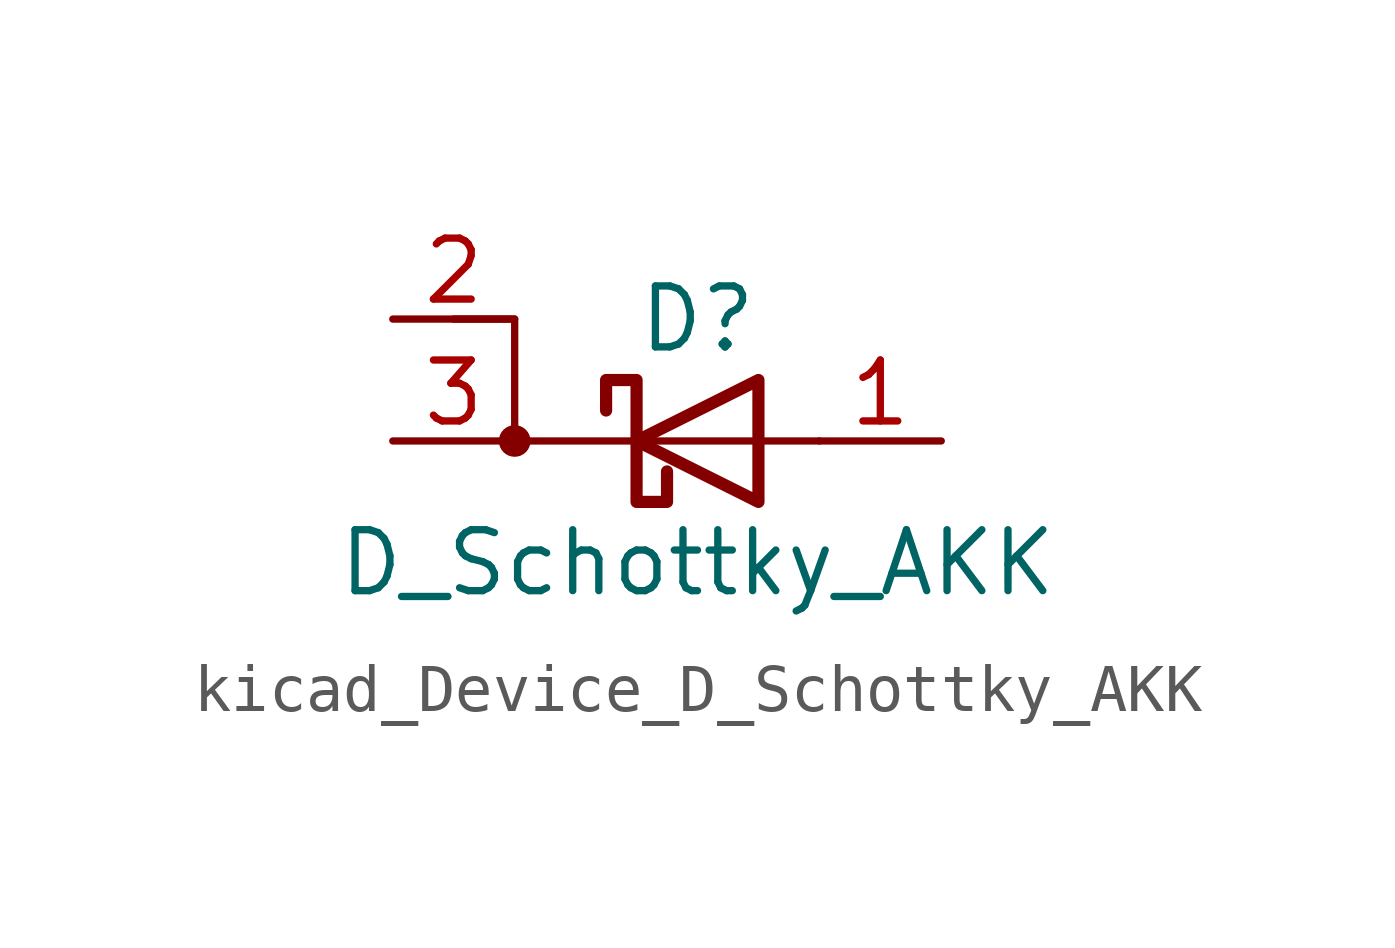
<source format=kicad_sym>
(kicad_symbol_lib
  (version 20220914)
  (generator kicad_symbol_editor)
  (symbol "kicad_Device_D_Schottky_AKK"
    (pin_names
      (offset 0) hide)
    (property "Reference" "D"
      (at 0 2.54 0)
      (effects (font (size 1.27 1.27))))
    (property "Value" "D_Schottky_AKK"
      (at 0 -2.54 0)
      (effects (font (size 1.27 1.27))))
    (symbol "kicad_Device_D_Schottky_AKK_0_1"
      (circle (center -3.81 0) (radius 0.254) (stroke (width 0) (type default)) (fill (type outline)))
      (polyline (pts (xy -5.08 2.54) (xy -3.81 2.54) (xy -3.81 0) (xy 2.54 0)) (stroke (width 0) (type default)) (fill (type none)))
      (polyline (pts (xy 1.27 1.27) (xy 1.27 -1.27) (xy -1.27 0) (xy 1.27 1.27)) (stroke (width 0.254) (type default)) (fill (type none)))
      (polyline (pts (xy -1.905 0.635) (xy -1.905 1.27) (xy -1.27 1.27) (xy -1.27 -1.27) (xy -0.635 -1.27) (xy -0.635 -0.635)) (stroke (width 0.254) (type default)) (fill (type none))))
    (symbol "kicad_Device_D_Schottky_AKK_1_1"
      (pin passive line (at 5.08 0 180) (length 2.54) (name "A" (effects (font (size 1.27 1.27)))) (number "1" (effects (font (size 1.27 1.27)))))
      (pin input line (at -6.35 2.54 0) (length 2.54) (name "K" (effects (font (size 1.27 1.27)))) (number "2" (effects (font (size 1.27 1.27)))))
      (pin passive line (at -6.35 0 0) (length 2.54) (name "K" (effects (font (size 1.27 1.27)))) (number "3" (effects (font (size 1.27 1.27))))))))
</source>
